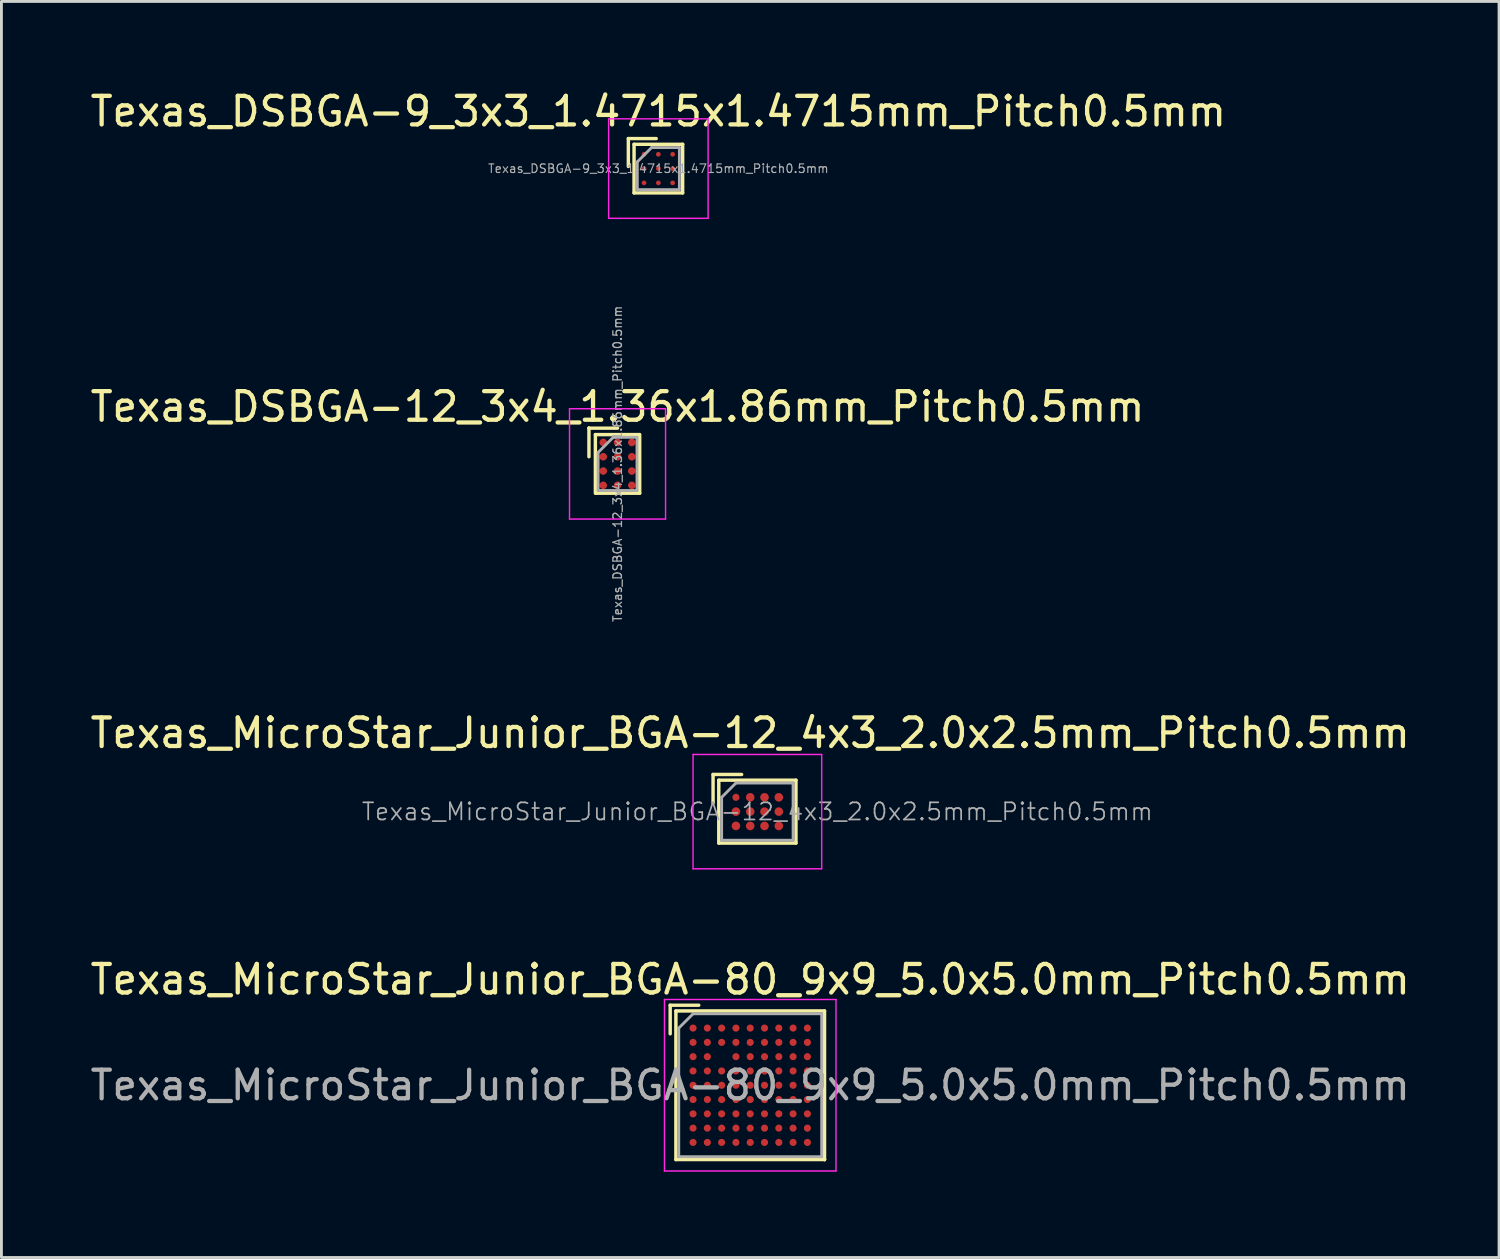
<source format=kicad_pcb>
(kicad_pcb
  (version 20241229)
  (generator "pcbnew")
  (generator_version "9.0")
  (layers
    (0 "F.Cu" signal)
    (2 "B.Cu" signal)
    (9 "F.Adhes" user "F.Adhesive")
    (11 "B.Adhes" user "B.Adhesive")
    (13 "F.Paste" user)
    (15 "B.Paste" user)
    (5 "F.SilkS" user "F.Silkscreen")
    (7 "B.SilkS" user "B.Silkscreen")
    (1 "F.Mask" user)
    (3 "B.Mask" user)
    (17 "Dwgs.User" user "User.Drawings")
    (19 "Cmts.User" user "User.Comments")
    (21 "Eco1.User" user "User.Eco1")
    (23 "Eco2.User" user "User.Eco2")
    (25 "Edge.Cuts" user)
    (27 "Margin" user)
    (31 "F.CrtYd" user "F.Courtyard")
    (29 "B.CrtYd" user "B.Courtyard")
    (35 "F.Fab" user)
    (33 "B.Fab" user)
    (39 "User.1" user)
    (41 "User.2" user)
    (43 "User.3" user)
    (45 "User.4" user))
  (footprint "Texas_DSBGA-12_3x4_1.36x1.86mm_Pitch0.5mm"
    (layer "F.Cu")
    (at 18.554 13.179)
    (property "Reference" "Texas_DSBGA-12_3x4_1.36x1.86mm_Pitch0.5mm" (at 0 -2 0) (layer "F.SilkS") (effects (font (size 1 1) (thickness 0.15))))
    (attr smd)
    (fp_line (start -1 -1.25) (end -1 -1.25) (stroke (width 0.12) (type solid)) (layer "F.SilkS"))
    (fp_line (start -1 -1.25) (end -1 -0.25) (stroke (width 0.12) (type solid)) (layer "F.SilkS"))
    (fp_line (start -0.775 -1.025) (end -0.775 1.025) (stroke (width 0.12) (type solid)) (layer "F.SilkS"))
    (fp_line (start -0.775 -1.025) (end 0.765 -1.025) (stroke (width 0.12) (type solid)) (layer "F.SilkS"))
    (fp_line (start -0.765 1.025) (end 0.775 1.025) (stroke (width 0.12) (type solid)) (layer "F.SilkS"))
    (fp_line (start 0 -1.25) (end -1 -1.25) (stroke (width 0.12) (type solid)) (layer "F.SilkS"))
    (fp_line (start 0.775 1.025) (end 0.775 -1.025) (stroke (width 0.12) (type solid)) (layer "F.SilkS"))
    (fp_line (start -1.68 -1.93) (end 1.68 -1.93) (stroke (width 0.05) (type solid)) (layer "F.CrtYd"))
    (fp_line (start -1.68 1.93) (end -1.68 -1.93) (stroke (width 0.05) (type solid)) (layer "F.CrtYd"))
    (fp_line (start -1.68 1.93) (end 1.68 1.93) (stroke (width 0.05) (type solid)) (layer "F.CrtYd"))
    (fp_line (start 1.68 -1.93) (end 1.68 1.93) (stroke (width 0.05) (type solid)) (layer "F.CrtYd"))
    (fp_line (start -0.68 -0.4) (end -0.15 -0.93) (stroke (width 0.1) (type solid)) (layer "F.Fab"))
    (fp_line (start -0.68 0.93) (end -0.68 -0.4) (stroke (width 0.1) (type solid)) (layer "F.Fab"))
    (fp_line (start -0.68 0.93) (end 0.68 0.93) (stroke (width 0.1) (type solid)) (layer "F.Fab"))
    (fp_line (start 0.68 -0.93) (end -0.15 -0.93) (stroke (width 0.1) (type solid)) (layer "F.Fab"))
    (fp_line (start 0.68 0.93) (end 0.68 -0.93) (stroke (width 0.1) (type solid)) (layer "F.Fab"))
    (fp_text user "${REFERENCE}" (at 0 0 90) (layer "F.Fab") (effects (font (size 0.3 0.3) (thickness 0.045))))
    (pad "" smd rect (at -0.5 -0.75) (size 0.3 0.3) (layers "F.Paste"))
    (pad "" smd rect (at -0.5 -0.25) (size 0.3 0.3) (layers "F.Paste"))
    (pad "" smd rect (at -0.5 0.25) (size 0.3 0.3) (layers "F.Paste"))
    (pad "" smd rect (at -0.5 0.75) (size 0.3 0.3) (layers "F.Paste"))
    (pad "" smd rect (at 0 -0.75) (size 0.3 0.3) (layers "F.Paste"))
    (pad "" smd rect (at 0 -0.25) (size 0.3 0.3) (layers "F.Paste"))
    (pad "" smd rect (at 0 0.25) (size 0.3 0.3) (layers "F.Paste"))
    (pad "" smd rect (at 0 0.75) (size 0.3 0.3) (layers "F.Paste"))
    (pad "" smd rect (at 0.5 -0.75) (size 0.3 0.3) (layers "F.Paste"))
    (pad "" smd rect (at 0.5 -0.25) (size 0.3 0.3) (layers "F.Paste"))
    (pad "" smd rect (at 0.5 0.25) (size 0.3 0.3) (layers "F.Paste"))
    (pad "" smd rect (at 0.5 0.75) (size 0.3 0.3) (layers "F.Paste"))
    (pad "A1" smd circle (at -0.5 -0.75) (size 0.265 0.265) (layers "F.Cu" "F.Mask"))
    (pad "A2" smd circle (at 0 -0.75) (size 0.265 0.265) (layers "F.Cu" "F.Mask"))
    (pad "A3" smd circle (at 0.5 -0.75) (size 0.265 0.265) (layers "F.Cu" "F.Mask"))
    (pad "B1" smd circle (at -0.5 -0.25) (size 0.265 0.265) (layers "F.Cu" "F.Mask"))
    (pad "B2" smd circle (at 0 -0.25) (size 0.265 0.265) (layers "F.Cu" "F.Mask"))
    (pad "B3" smd circle (at 0.5 -0.25) (size 0.265 0.265) (layers "F.Cu" "F.Mask"))
    (pad "C1" smd circle (at -0.5 0.25) (size 0.265 0.265) (layers "F.Cu" "F.Mask"))
    (pad "C2" smd circle (at 0 0.25) (size 0.265 0.265) (layers "F.Cu" "F.Mask"))
    (pad "C3" smd circle (at 0.5 0.25) (size 0.265 0.265) (layers "F.Cu" "F.Mask"))
    (pad "D1" smd circle (at -0.5 0.75) (size 0.265 0.265) (layers "F.Cu" "F.Mask"))
    (pad "D2" smd circle (at 0 0.75) (size 0.265 0.265) (layers "F.Cu" "F.Mask"))
    (pad "D3" smd circle (at 0.5 0.75) (size 0.265 0.265) (layers "F.Cu" "F.Mask")))
  (footprint "Texas_MicroStar_Junior_BGA-80_9x9_5.0x5.0mm_Pitch0.5mm"
    (layer "F.Cu")
    (at 23.196 34.917)
    (property "Reference" "Texas_MicroStar_Junior_BGA-80_9x9_5.0x5.0mm_Pitch0.5mm" (at 0 -3.7 0) (layer "F.SilkS") (effects (font (size 1 1) (thickness 0.15))))
    (attr smd)
    (fp_line (start -2.8 -2.8) (end -1.8 -2.8) (stroke (width 0.12) (type solid)) (layer "F.SilkS"))
    (fp_line (start -2.8 -1.8) (end -2.8 -2.8) (stroke (width 0.12) (type solid)) (layer "F.SilkS"))
    (fp_line (start -2.6 -2.6) (end 2.6 -2.6) (stroke (width 0.12) (type solid)) (layer "F.SilkS"))
    (fp_line (start -2.6 2.6) (end -2.6 -2.6) (stroke (width 0.12) (type solid)) (layer "F.SilkS"))
    (fp_line (start 2.6 -2.6) (end 2.6 2.6) (stroke (width 0.12) (type solid)) (layer "F.SilkS"))
    (fp_line (start 2.6 2.6) (end -2.6 2.6) (stroke (width 0.12) (type solid)) (layer "F.SilkS"))
    (fp_line (start 2.6 2.6) (end 2.6 2.6) (stroke (width 0.12) (type solid)) (layer "F.SilkS"))
    (fp_line (start -3 -3) (end 3 -3) (stroke (width 0.05) (type solid)) (layer "F.CrtYd"))
    (fp_line (start -3 3) (end -3 -3) (stroke (width 0.05) (type solid)) (layer "F.CrtYd"))
    (fp_line (start 3 -3) (end 3 3) (stroke (width 0.05) (type solid)) (layer "F.CrtYd"))
    (fp_line (start 3 3) (end -3 3) (stroke (width 0.05) (type solid)) (layer "F.CrtYd"))
    (fp_line (start -2.5 2.5) (end -2.5 -2) (stroke (width 0.1) (type solid)) (layer "F.Fab"))
    (fp_line (start -2 -2.5) (end -2.5 -2) (stroke (width 0.1) (type solid)) (layer "F.Fab"))
    (fp_line (start -2 -2.5) (end 2.5 -2.5) (stroke (width 0.1) (type solid)) (layer "F.Fab"))
    (fp_line (start 2.5 -2.5) (end 2.5 2.5) (stroke (width 0.1) (type solid)) (layer "F.Fab"))
    (fp_line (start 2.5 2.5) (end -2.5 2.5) (stroke (width 0.1) (type solid)) (layer "F.Fab"))
    (fp_text user "${REFERENCE}" (at 0 0 0) (layer "F.Fab") (effects (font (size 1 1) (thickness 0.15))))
    (pad "A1" smd circle (at -2 -2) (size 0.25 0.25) (layers "F.Cu" "F.Mask" "F.Paste"))
    (pad "A2" smd circle (at -1.5 -2) (size 0.25 0.25) (layers "F.Cu" "F.Mask" "F.Paste"))
    (pad "A3" smd circle (at -1 -2) (size 0.25 0.25) (layers "F.Cu" "F.Mask" "F.Paste"))
    (pad "A4" smd circle (at -0.5 -2) (size 0.25 0.25) (layers "F.Cu" "F.Mask" "F.Paste"))
    (pad "A5" smd circle (at 0 -2) (size 0.25 0.25) (layers "F.Cu" "F.Mask" "F.Paste"))
    (pad "A6" smd circle (at 0.5 -2) (size 0.25 0.25) (layers "F.Cu" "F.Mask" "F.Paste"))
    (pad "A7" smd circle (at 1 -2) (size 0.25 0.25) (layers "F.Cu" "F.Mask" "F.Paste"))
    (pad "A8" smd circle (at 1.5 -2) (size 0.25 0.25) (layers "F.Cu" "F.Mask" "F.Paste"))
    (pad "A9" smd circle (at 2 -2) (size 0.25 0.25) (layers "F.Cu" "F.Mask" "F.Paste"))
    (pad "B1" smd circle (at -2 -1.5) (size 0.25 0.25) (layers "F.Cu" "F.Mask" "F.Paste"))
    (pad "B2" smd circle (at -1.5 -1.5) (size 0.25 0.25) (layers "F.Cu" "F.Mask" "F.Paste"))
    (pad "B3" smd circle (at -1 -1.5) (size 0.25 0.25) (layers "F.Cu" "F.Mask" "F.Paste"))
    (pad "B4" smd circle (at -0.5 -1.5) (size 0.25 0.25) (layers "F.Cu" "F.Mask" "F.Paste"))
    (pad "B5" smd circle (at 0 -1.5) (size 0.25 0.25) (layers "F.Cu" "F.Mask" "F.Paste"))
    (pad "B6" smd circle (at 0.5 -1.5) (size 0.25 0.25) (layers "F.Cu" "F.Mask" "F.Paste"))
    (pad "B7" smd circle (at 1 -1.5) (size 0.25 0.25) (layers "F.Cu" "F.Mask" "F.Paste"))
    (pad "B8" smd circle (at 1.5 -1.5) (size 0.25 0.25) (layers "F.Cu" "F.Mask" "F.Paste"))
    (pad "B9" smd circle (at 2 -1.5) (size 0.25 0.25) (layers "F.Cu" "F.Mask" "F.Paste"))
    (pad "C1" smd circle (at -2 -1) (size 0.25 0.25) (layers "F.Cu" "F.Mask" "F.Paste"))
    (pad "C2" smd circle (at -1.5 -1) (size 0.25 0.25) (layers "F.Cu" "F.Mask" "F.Paste"))
    (pad "C4" smd circle (at -0.5 -1) (size 0.25 0.25) (layers "F.Cu" "F.Mask" "F.Paste"))
    (pad "C5" smd circle (at 0 -1) (size 0.25 0.25) (layers "F.Cu" "F.Mask" "F.Paste"))
    (pad "C6" smd circle (at 0.5 -1) (size 0.25 0.25) (layers "F.Cu" "F.Mask" "F.Paste"))
    (pad "C7" smd circle (at 1 -1) (size 0.25 0.25) (layers "F.Cu" "F.Mask" "F.Paste"))
    (pad "C8" smd circle (at 1.5 -1) (size 0.25 0.25) (layers "F.Cu" "F.Mask" "F.Paste"))
    (pad "C9" smd circle (at 2 -1) (size 0.25 0.25) (layers "F.Cu" "F.Mask" "F.Paste"))
    (pad "D1" smd circle (at -2 -0.5) (size 0.25 0.25) (layers "F.Cu" "F.Mask" "F.Paste"))
    (pad "D2" smd circle (at -1.5 -0.5) (size 0.25 0.25) (layers "F.Cu" "F.Mask" "F.Paste"))
    (pad "D3" smd circle (at -1 -0.5) (size 0.25 0.25) (layers "F.Cu" "F.Mask" "F.Paste"))
    (pad "D4" smd circle (at -0.5 -0.5) (size 0.25 0.25) (layers "F.Cu" "F.Mask" "F.Paste"))
    (pad "D5" smd circle (at 0 -0.5) (size 0.25 0.25) (layers "F.Cu" "F.Mask" "F.Paste"))
    (pad "D6" smd circle (at 0.5 -0.5) (size 0.25 0.25) (layers "F.Cu" "F.Mask" "F.Paste"))
    (pad "D7" smd circle (at 1 -0.5) (size 0.25 0.25) (layers "F.Cu" "F.Mask" "F.Paste"))
    (pad "D8" smd circle (at 1.5 -0.5) (size 0.25 0.25) (layers "F.Cu" "F.Mask" "F.Paste"))
    (pad "D9" smd circle (at 2 -0.5) (size 0.25 0.25) (layers "F.Cu" "F.Mask" "F.Paste"))
    (pad "E1" smd circle (at -2 0) (size 0.25 0.25) (layers "F.Cu" "F.Mask" "F.Paste"))
    (pad "E2" smd circle (at -1.5 0) (size 0.25 0.25) (layers "F.Cu" "F.Mask" "F.Paste"))
    (pad "E3" smd circle (at -1 0) (size 0.25 0.25) (layers "F.Cu" "F.Mask" "F.Paste"))
    (pad "E4" smd circle (at -0.5 0) (size 0.25 0.25) (layers "F.Cu" "F.Mask" "F.Paste"))
    (pad "E5" smd circle (at 0 0) (size 0.25 0.25) (layers "F.Cu" "F.Mask" "F.Paste"))
    (pad "E6" smd circle (at 0.5 0) (size 0.25 0.25) (layers "F.Cu" "F.Mask" "F.Paste"))
    (pad "E7" smd circle (at 1 0) (size 0.25 0.25) (layers "F.Cu" "F.Mask" "F.Paste"))
    (pad "E8" smd circle (at 1.5 0) (size 0.25 0.25) (layers "F.Cu" "F.Mask" "F.Paste"))
    (pad "E9" smd circle (at 2 0) (size 0.25 0.25) (layers "F.Cu" "F.Mask" "F.Paste"))
    (pad "F1" smd circle (at -2 0.5) (size 0.25 0.25) (layers "F.Cu" "F.Mask" "F.Paste"))
    (pad "F2" smd circle (at -1.5 0.5) (size 0.25 0.25) (layers "F.Cu" "F.Mask" "F.Paste"))
    (pad "F3" smd circle (at -1 0.5) (size 0.25 0.25) (layers "F.Cu" "F.Mask" "F.Paste"))
    (pad "F4" smd circle (at -0.5 0.5) (size 0.25 0.25) (layers "F.Cu" "F.Mask" "F.Paste"))
    (pad "F5" smd circle (at 0 0.5) (size 0.25 0.25) (layers "F.Cu" "F.Mask" "F.Paste"))
    (pad "F6" smd circle (at 0.5 0.5) (size 0.25 0.25) (layers "F.Cu" "F.Mask" "F.Paste"))
    (pad "F7" smd circle (at 1 0.5) (size 0.25 0.25) (layers "F.Cu" "F.Mask" "F.Paste"))
    (pad "F8" smd circle (at 1.5 0.5) (size 0.25 0.25) (layers "F.Cu" "F.Mask" "F.Paste"))
    (pad "F9" smd circle (at 2 0.5) (size 0.25 0.25) (layers "F.Cu" "F.Mask" "F.Paste"))
    (pad "G1" smd circle (at -2 1) (size 0.25 0.25) (layers "F.Cu" "F.Mask" "F.Paste"))
    (pad "G2" smd circle (at -1.5 1) (size 0.25 0.25) (layers "F.Cu" "F.Mask" "F.Paste"))
    (pad "G3" smd circle (at -1 1) (size 0.25 0.25) (layers "F.Cu" "F.Mask" "F.Paste"))
    (pad "G4" smd circle (at -0.5 1) (size 0.25 0.25) (layers "F.Cu" "F.Mask" "F.Paste"))
    (pad "G5" smd circle (at 0 1) (size 0.25 0.25) (layers "F.Cu" "F.Mask" "F.Paste"))
    (pad "G6" smd circle (at 0.5 1) (size 0.25 0.25) (layers "F.Cu" "F.Mask" "F.Paste"))
    (pad "G7" smd circle (at 1 1) (size 0.25 0.25) (layers "F.Cu" "F.Mask" "F.Paste"))
    (pad "G8" smd circle (at 1.5 1) (size 0.25 0.25) (layers "F.Cu" "F.Mask" "F.Paste"))
    (pad "G9" smd circle (at 2 1) (size 0.25 0.25) (layers "F.Cu" "F.Mask" "F.Paste"))
    (pad "H1" smd circle (at -2 1.5) (size 0.25 0.25) (layers "F.Cu" "F.Mask" "F.Paste"))
    (pad "H2" smd circle (at -1.5 1.5) (size 0.25 0.25) (layers "F.Cu" "F.Mask" "F.Paste"))
    (pad "H3" smd circle (at -1 1.5) (size 0.25 0.25) (layers "F.Cu" "F.Mask" "F.Paste"))
    (pad "H4" smd circle (at -0.5 1.5) (size 0.25 0.25) (layers "F.Cu" "F.Mask" "F.Paste"))
    (pad "H5" smd circle (at 0 1.5) (size 0.25 0.25) (layers "F.Cu" "F.Mask" "F.Paste"))
    (pad "H6" smd circle (at 0.5 1.5) (size 0.25 0.25) (layers "F.Cu" "F.Mask" "F.Paste"))
    (pad "H7" smd circle (at 1 1.5) (size 0.25 0.25) (layers "F.Cu" "F.Mask" "F.Paste"))
    (pad "H8" smd circle (at 1.5 1.5) (size 0.25 0.25) (layers "F.Cu" "F.Mask" "F.Paste"))
    (pad "H9" smd circle (at 2 1.5) (size 0.25 0.25) (layers "F.Cu" "F.Mask" "F.Paste"))
    (pad "J1" smd circle (at -2 2) (size 0.25 0.25) (layers "F.Cu" "F.Mask" "F.Paste"))
    (pad "J2" smd circle (at -1.5 2) (size 0.25 0.25) (layers "F.Cu" "F.Mask" "F.Paste"))
    (pad "J3" smd circle (at -1 2) (size 0.25 0.25) (layers "F.Cu" "F.Mask" "F.Paste"))
    (pad "J4" smd circle (at -0.5 2) (size 0.25 0.25) (layers "F.Cu" "F.Mask" "F.Paste"))
    (pad "J5" smd circle (at 0 2) (size 0.25 0.25) (layers "F.Cu" "F.Mask" "F.Paste"))
    (pad "J6" smd circle (at 0.5 2) (size 0.25 0.25) (layers "F.Cu" "F.Mask" "F.Paste"))
    (pad "J7" smd circle (at 1 2) (size 0.25 0.25) (layers "F.Cu" "F.Mask" "F.Paste"))
    (pad "J8" smd circle (at 1.5 2) (size 0.25 0.25) (layers "F.Cu" "F.Mask" "F.Paste"))
    (pad "J9" smd circle (at 2 2) (size 0.25 0.25) (layers "F.Cu" "F.Mask" "F.Paste")))
  (footprint "Texas_MicroStar_Junior_BGA-12_4x3_2.0x2.5mm_Pitch0.5mm"
    (layer "F.Cu")
    (at 23.446 25.344)
    (property "Reference" "Texas_MicroStar_Junior_BGA-12_4x3_2.0x2.5mm_Pitch0.5mm" (at -0.25 -2.75 0) (layer "F.SilkS") (effects (font (size 1 1) (thickness 0.15))))
    (attr smd)
    (fp_line (start -1.55 -1.3) (end -1.55 -0.3) (stroke (width 0.12) (type solid)) (layer "F.SilkS"))
    (fp_line (start -1.55 -1.3) (end -0.55 -1.3) (stroke (width 0.12) (type solid)) (layer "F.SilkS"))
    (fp_line (start -1.35 -1.1) (end 1.35 -1.1) (stroke (width 0.12) (type solid)) (layer "F.SilkS"))
    (fp_line (start -1.35 1.1) (end -1.35 -1.1) (stroke (width 0.12) (type solid)) (layer "F.SilkS"))
    (fp_line (start -1.35 1.1) (end 1.35 1.1) (stroke (width 0.12) (type solid)) (layer "F.SilkS"))
    (fp_line (start 1.35 -1.1) (end 1.35 1.1) (stroke (width 0.12) (type solid)) (layer "F.SilkS"))
    (fp_line (start -2.25 -2) (end 2.25 -2) (stroke (width 0.05) (type solid)) (layer "F.CrtYd"))
    (fp_line (start -2.25 2) (end -2.25 -2) (stroke (width 0.05) (type solid)) (layer "F.CrtYd"))
    (fp_line (start 2.25 -2) (end 2.25 2) (stroke (width 0.05) (type solid)) (layer "F.CrtYd"))
    (fp_line (start 2.25 2) (end -2.25 2) (stroke (width 0.05) (type solid)) (layer "F.CrtYd"))
    (fp_line (start -1.25 1) (end -1.25 -0.5) (stroke (width 0.1) (type solid)) (layer "F.Fab"))
    (fp_line (start -0.75 -1) (end -1.25 -0.5) (stroke (width 0.1) (type solid)) (layer "F.Fab"))
    (fp_line (start -0.75 -1) (end 1.25 -1) (stroke (width 0.1) (type solid)) (layer "F.Fab"))
    (fp_line (start 1.25 -1) (end 1.25 1) (stroke (width 0.1) (type solid)) (layer "F.Fab"))
    (fp_line (start 1.25 1) (end -1.25 1) (stroke (width 0.1) (type solid)) (layer "F.Fab"))
    (fp_text user "${REFERENCE}" (at 0 0 0) (layer "F.Fab") (effects (font (size 0.6 0.6) (thickness 0.06))))
    (pad "A1" smd circle (at -0.75 -0.5) (size 0.25 0.25) (layers "F.Cu" "F.Mask" "F.Paste"))
    (pad "A2" smd circle (at -0.25 -0.5) (size 0.3 0.3) (layers "F.Cu" "F.Mask" "F.Paste"))
    (pad "A3" smd circle (at 0.25 -0.5) (size 0.3 0.3) (layers "F.Cu" "F.Mask" "F.Paste"))
    (pad "A4" smd circle (at 0.75 -0.5) (size 0.3 0.3) (layers "F.Cu" "F.Mask" "F.Paste"))
    (pad "B1" smd circle (at -0.75 0) (size 0.3 0.3) (layers "F.Cu" "F.Mask" "F.Paste"))
    (pad "B2" smd circle (at -0.25 0) (size 0.3 0.3) (layers "F.Cu" "F.Mask" "F.Paste"))
    (pad "B3" smd circle (at 0.25 0) (size 0.3 0.3) (layers "F.Cu" "F.Mask" "F.Paste"))
    (pad "B4" smd circle (at 0.75 0) (size 0.3 0.3) (layers "F.Cu" "F.Mask" "F.Paste"))
    (pad "C1" smd circle (at -0.75 0.5) (size 0.3 0.3) (layers "F.Cu" "F.Mask" "F.Paste"))
    (pad "C2" smd circle (at -0.25 0.5) (size 0.3 0.3) (layers "F.Cu" "F.Mask" "F.Paste"))
    (pad "C3" smd circle (at 0.25 0.5) (size 0.3 0.3) (layers "F.Cu" "F.Mask" "F.Paste"))
    (pad "C4" smd circle (at 0.75 0.5) (size 0.3 0.3) (layers "F.Cu" "F.Mask" "F.Paste")))
  (footprint "Texas_DSBGA-9_3x3_1.4715x1.4715mm_Pitch0.5mm"
    (layer "F.Cu")
    (at 19.982 2.848)
    (property "Reference" "Texas_DSBGA-9_3x3_1.4715x1.4715mm_Pitch0.5mm" (at 0 -2 0) (layer "F.SilkS") (effects (font (size 1 1) (thickness 0.15))))
    (attr smd)
    (fp_line (start -1.05 -1.05) (end -1.05 -0.075) (stroke (width 0.12) (type solid)) (layer "F.SilkS"))
    (fp_line (start -0.85 -0.85) (end -0.85 0.85) (stroke (width 0.12) (type solid)) (layer "F.SilkS"))
    (fp_line (start -0.85 -0.85) (end 0.85 -0.85) (stroke (width 0.12) (type solid)) (layer "F.SilkS"))
    (fp_line (start -0.075 -1.05) (end -1.05 -1.05) (stroke (width 0.12) (type solid)) (layer "F.SilkS"))
    (fp_line (start 0.85 -0.85) (end 0.85 0.85) (stroke (width 0.12) (type solid)) (layer "F.SilkS"))
    (fp_line (start 0.85 0.85) (end -0.85 0.85) (stroke (width 0.12) (type solid)) (layer "F.SilkS"))
    (fp_line (start -1.74 -1.74) (end -1.74 1.74) (stroke (width 0.05) (type solid)) (layer "F.CrtYd"))
    (fp_line (start -1.74 1.74) (end 1.74 1.74) (stroke (width 0.05) (type solid)) (layer "F.CrtYd"))
    (fp_line (start 1.74 -1.74) (end -1.74 -1.74) (stroke (width 0.05) (type solid)) (layer "F.CrtYd"))
    (fp_line (start 1.74 1.74) (end 1.74 -1.74) (stroke (width 0.05) (type solid)) (layer "F.CrtYd"))
    (fp_line (start -0.736 -0.236) (end -0.736 0.736) (stroke (width 0.1) (type solid)) (layer "F.Fab"))
    (fp_line (start -0.736 -0.236) (end -0.236 -0.736) (stroke (width 0.1) (type solid)) (layer "F.Fab"))
    (fp_line (start -0.736 0.736) (end 0.736 0.736) (stroke (width 0.1) (type solid)) (layer "F.Fab"))
    (fp_line (start 0.736 -0.736) (end -0.236 -0.736) (stroke (width 0.1) (type solid)) (layer "F.Fab"))
    (fp_line (start 0.736 0.736) (end 0.736 -0.736) (stroke (width 0.1) (type solid)) (layer "F.Fab"))
    (fp_text user "${REFERENCE}" (at 0 0 0) (layer "F.Fab") (effects (font (size 0.3 0.3) (thickness 0.04))))
    (pad "" smd rect (at -0.5 -0.5) (size 0.3 0.3) (layers "F.Paste"))
    (pad "" smd rect (at -0.5 0) (size 0.3 0.3) (layers "F.Paste"))
    (pad "" smd rect (at -0.5 0.5) (size 0.3 0.3) (layers "F.Paste"))
    (pad "" smd rect (at 0 -0.5) (size 0.3 0.3) (layers "F.Paste"))
    (pad "" smd rect (at 0 0) (size 0.3 0.3) (layers "F.Paste"))
    (pad "" smd rect (at 0 0.5) (size 0.3 0.3) (layers "F.Paste"))
    (pad "" smd rect (at 0.5 -0.5) (size 0.3 0.3) (layers "F.Paste"))
    (pad "" smd rect (at 0.5 0) (size 0.3 0.3) (layers "F.Paste"))
    (pad "" smd rect (at 0.5 0.5) (size 0.3 0.3) (layers "F.Paste"))
    (pad "A1" smd circle (at -0.5 -0.5) (size 0.165 0.165) (layers "F.Cu" "F.Mask"))
    (pad "A2" smd circle (at 0 -0.5) (size 0.165 0.165) (layers "F.Cu" "F.Mask"))
    (pad "A3" smd circle (at 0.5 -0.5) (size 0.165 0.165) (layers "F.Cu" "F.Mask"))
    (pad "B1" smd circle (at -0.5 0) (size 0.165 0.165) (layers "F.Cu" "F.Mask"))
    (pad "B2" smd circle (at 0 0) (size 0.165 0.165) (layers "F.Cu" "F.Mask"))
    (pad "B3" smd circle (at 0.5 0) (size 0.165 0.165) (layers "F.Cu" "F.Mask" "F.Paste"))
    (pad "C1" smd circle (at -0.5 0.5) (size 0.165 0.165) (layers "F.Cu" "F.Mask"))
    (pad "C2" smd circle (at 0 0.5) (size 0.165 0.165) (layers "F.Cu" "F.Mask"))
    (pad "C3" smd circle (at 0.5 0.5) (size 0.165 0.165) (layers "F.Cu" "F.Mask")))
  (gr_rect
    (start -3 -3)
    (end 49.393 40.942)
    (stroke (width 0.1) (type default))
    (fill no)
    (layer "Edge.Cuts")))
</source>
